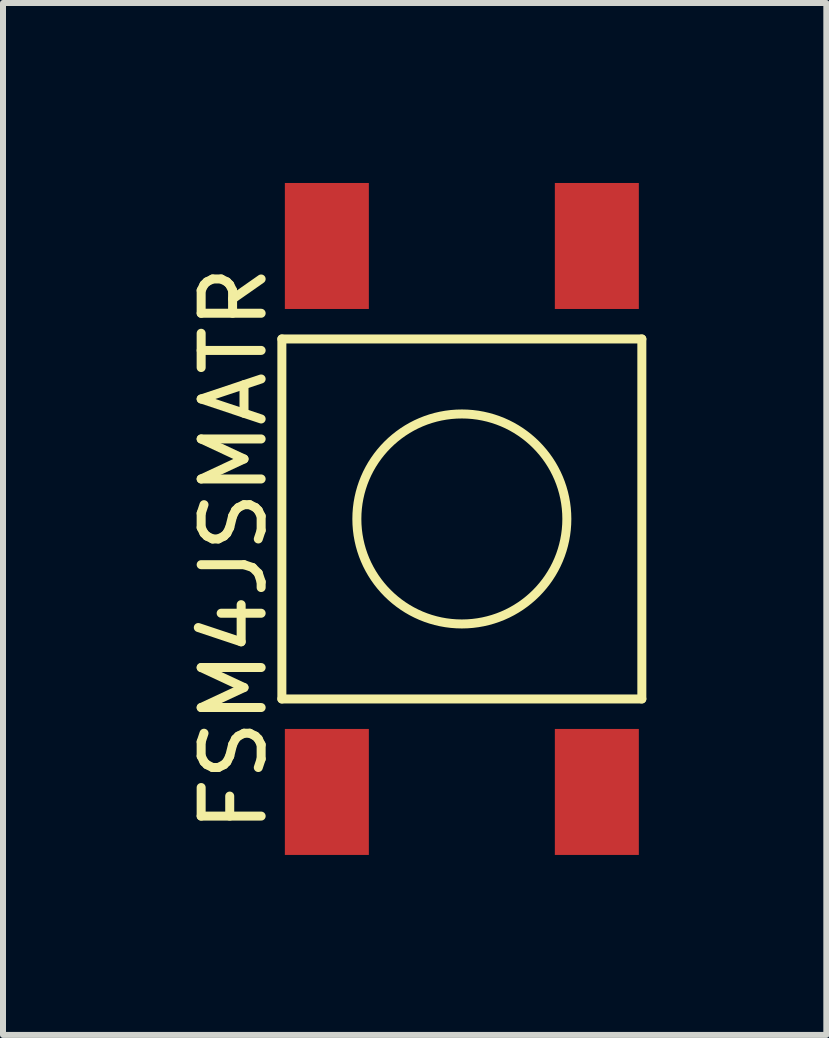
<source format=kicad_pcb>
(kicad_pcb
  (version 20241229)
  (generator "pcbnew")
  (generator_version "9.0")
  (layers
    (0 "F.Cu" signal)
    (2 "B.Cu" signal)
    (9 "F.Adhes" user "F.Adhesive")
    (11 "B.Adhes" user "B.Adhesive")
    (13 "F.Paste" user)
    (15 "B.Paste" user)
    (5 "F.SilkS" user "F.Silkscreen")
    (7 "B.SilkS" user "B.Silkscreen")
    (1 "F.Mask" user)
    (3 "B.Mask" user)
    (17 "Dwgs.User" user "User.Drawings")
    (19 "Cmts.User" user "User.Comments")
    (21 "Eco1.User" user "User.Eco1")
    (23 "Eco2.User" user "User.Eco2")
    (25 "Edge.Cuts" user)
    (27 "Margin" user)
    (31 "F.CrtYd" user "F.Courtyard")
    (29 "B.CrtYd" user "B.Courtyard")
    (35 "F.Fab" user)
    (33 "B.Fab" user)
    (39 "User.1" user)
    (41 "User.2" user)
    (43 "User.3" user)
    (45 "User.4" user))
  (footprint "FSM4JSMATR"
    (layer "F.Cu")
    (at 4.648 5.6)
    (property "Reference" "FSM4JSMATR" (at -3.8 0.5 90) (layer "F.SilkS") (effects (font (size 1 1) (thickness 0.15))))
    (attr through_hole)
    (fp_line (start -3 -3) (end -3 3) (stroke (width 0.15) (type solid)) (layer "F.SilkS"))
    (fp_line (start -3 3) (end 3 3) (stroke (width 0.15) (type solid)) (layer "F.SilkS"))
    (fp_line (start 3 -3) (end -3 -3) (stroke (width 0.15) (type solid)) (layer "F.SilkS"))
    (fp_line (start 3 3) (end 3 -3) (stroke (width 0.15) (type solid)) (layer "F.SilkS"))
    (fp_circle (center 0 0) (end 1.75 0) (stroke (width 0.15) (type solid)) (fill no) (layer "F.SilkS"))
    (pad "1" smd rect (at 2.25 -4.55) (size 1.4 2.1) (layers "F.Cu" "F.Mask" "F.Paste"))
    (pad "2" smd rect (at 2.25 4.55) (size 1.4 2.1) (layers "F.Cu" "F.Mask" "F.Paste"))
    (pad "3" smd rect (at -2.25 -4.55) (size 1.4 2.1) (layers "F.Cu" "F.Mask" "F.Paste"))
    (pad "4" smd rect (at -2.25 4.55) (size 1.4 2.1) (layers "F.Cu" "F.Mask" "F.Paste")))
  (gr_rect
    (start -3 -3)
    (end 10.723 14.2)
    (stroke (width 0.1) (type default))
    (fill no)
    (layer "Edge.Cuts")))
</source>
